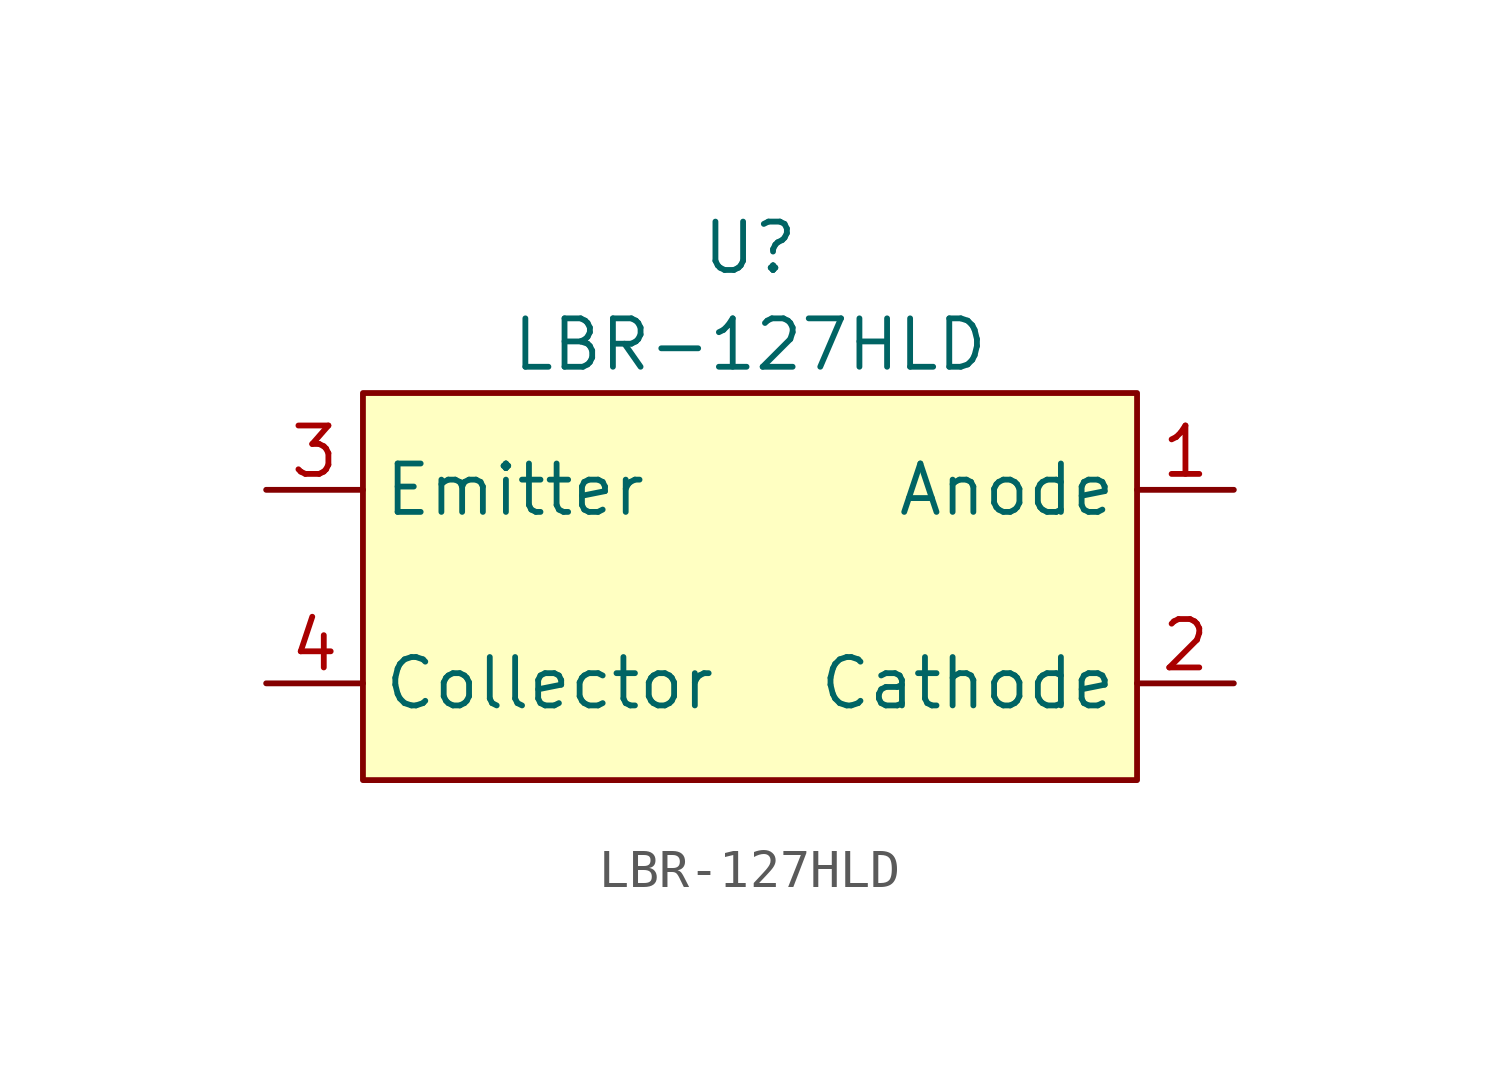
<source format=kicad_sym>
(kicad_symbol_lib
  (version 20231120)
  (generator "kicad_symbol_editor")
  (generator_version "8.0")
  (symbol "LBR-127HLD"
    (property "Reference" "U"
      (at 0 8.89 0)
      (effects (font (size 1.27 1.27))))
    (property "Value" "LBR-127HLD"
      (at 0 6.35 0)
      (effects (font (size 1.27 1.27))))
    (symbol "LBR-127HLD_1_1"
      (rectangle (start -10.16 5.08) (end 10.16 -5.08) (stroke (width 0) (type default)) (fill (type background)))
      (pin input line (at 12.7 2.54 180) (length 2.54) (name "Anode" (effects (font (size 1.27 1.27)))) (number "1" (effects (font (size 1.27 1.27)))))
      (pin output line (at 12.7 -2.54 180) (length 2.54) (name "Cathode" (effects (font (size 1.27 1.27)))) (number "2" (effects (font (size 1.27 1.27)))))
      (pin input line (at -12.7 2.54 0) (length 2.54) (name "Emitter" (effects (font (size 1.27 1.27)))) (number "3" (effects (font (size 1.27 1.27)))))
      (pin output line (at -12.7 -2.54 0) (length 2.54) (name "Collector" (effects (font (size 1.27 1.27)))) (number "4" (effects (font (size 1.27 1.27))))))))
</source>
